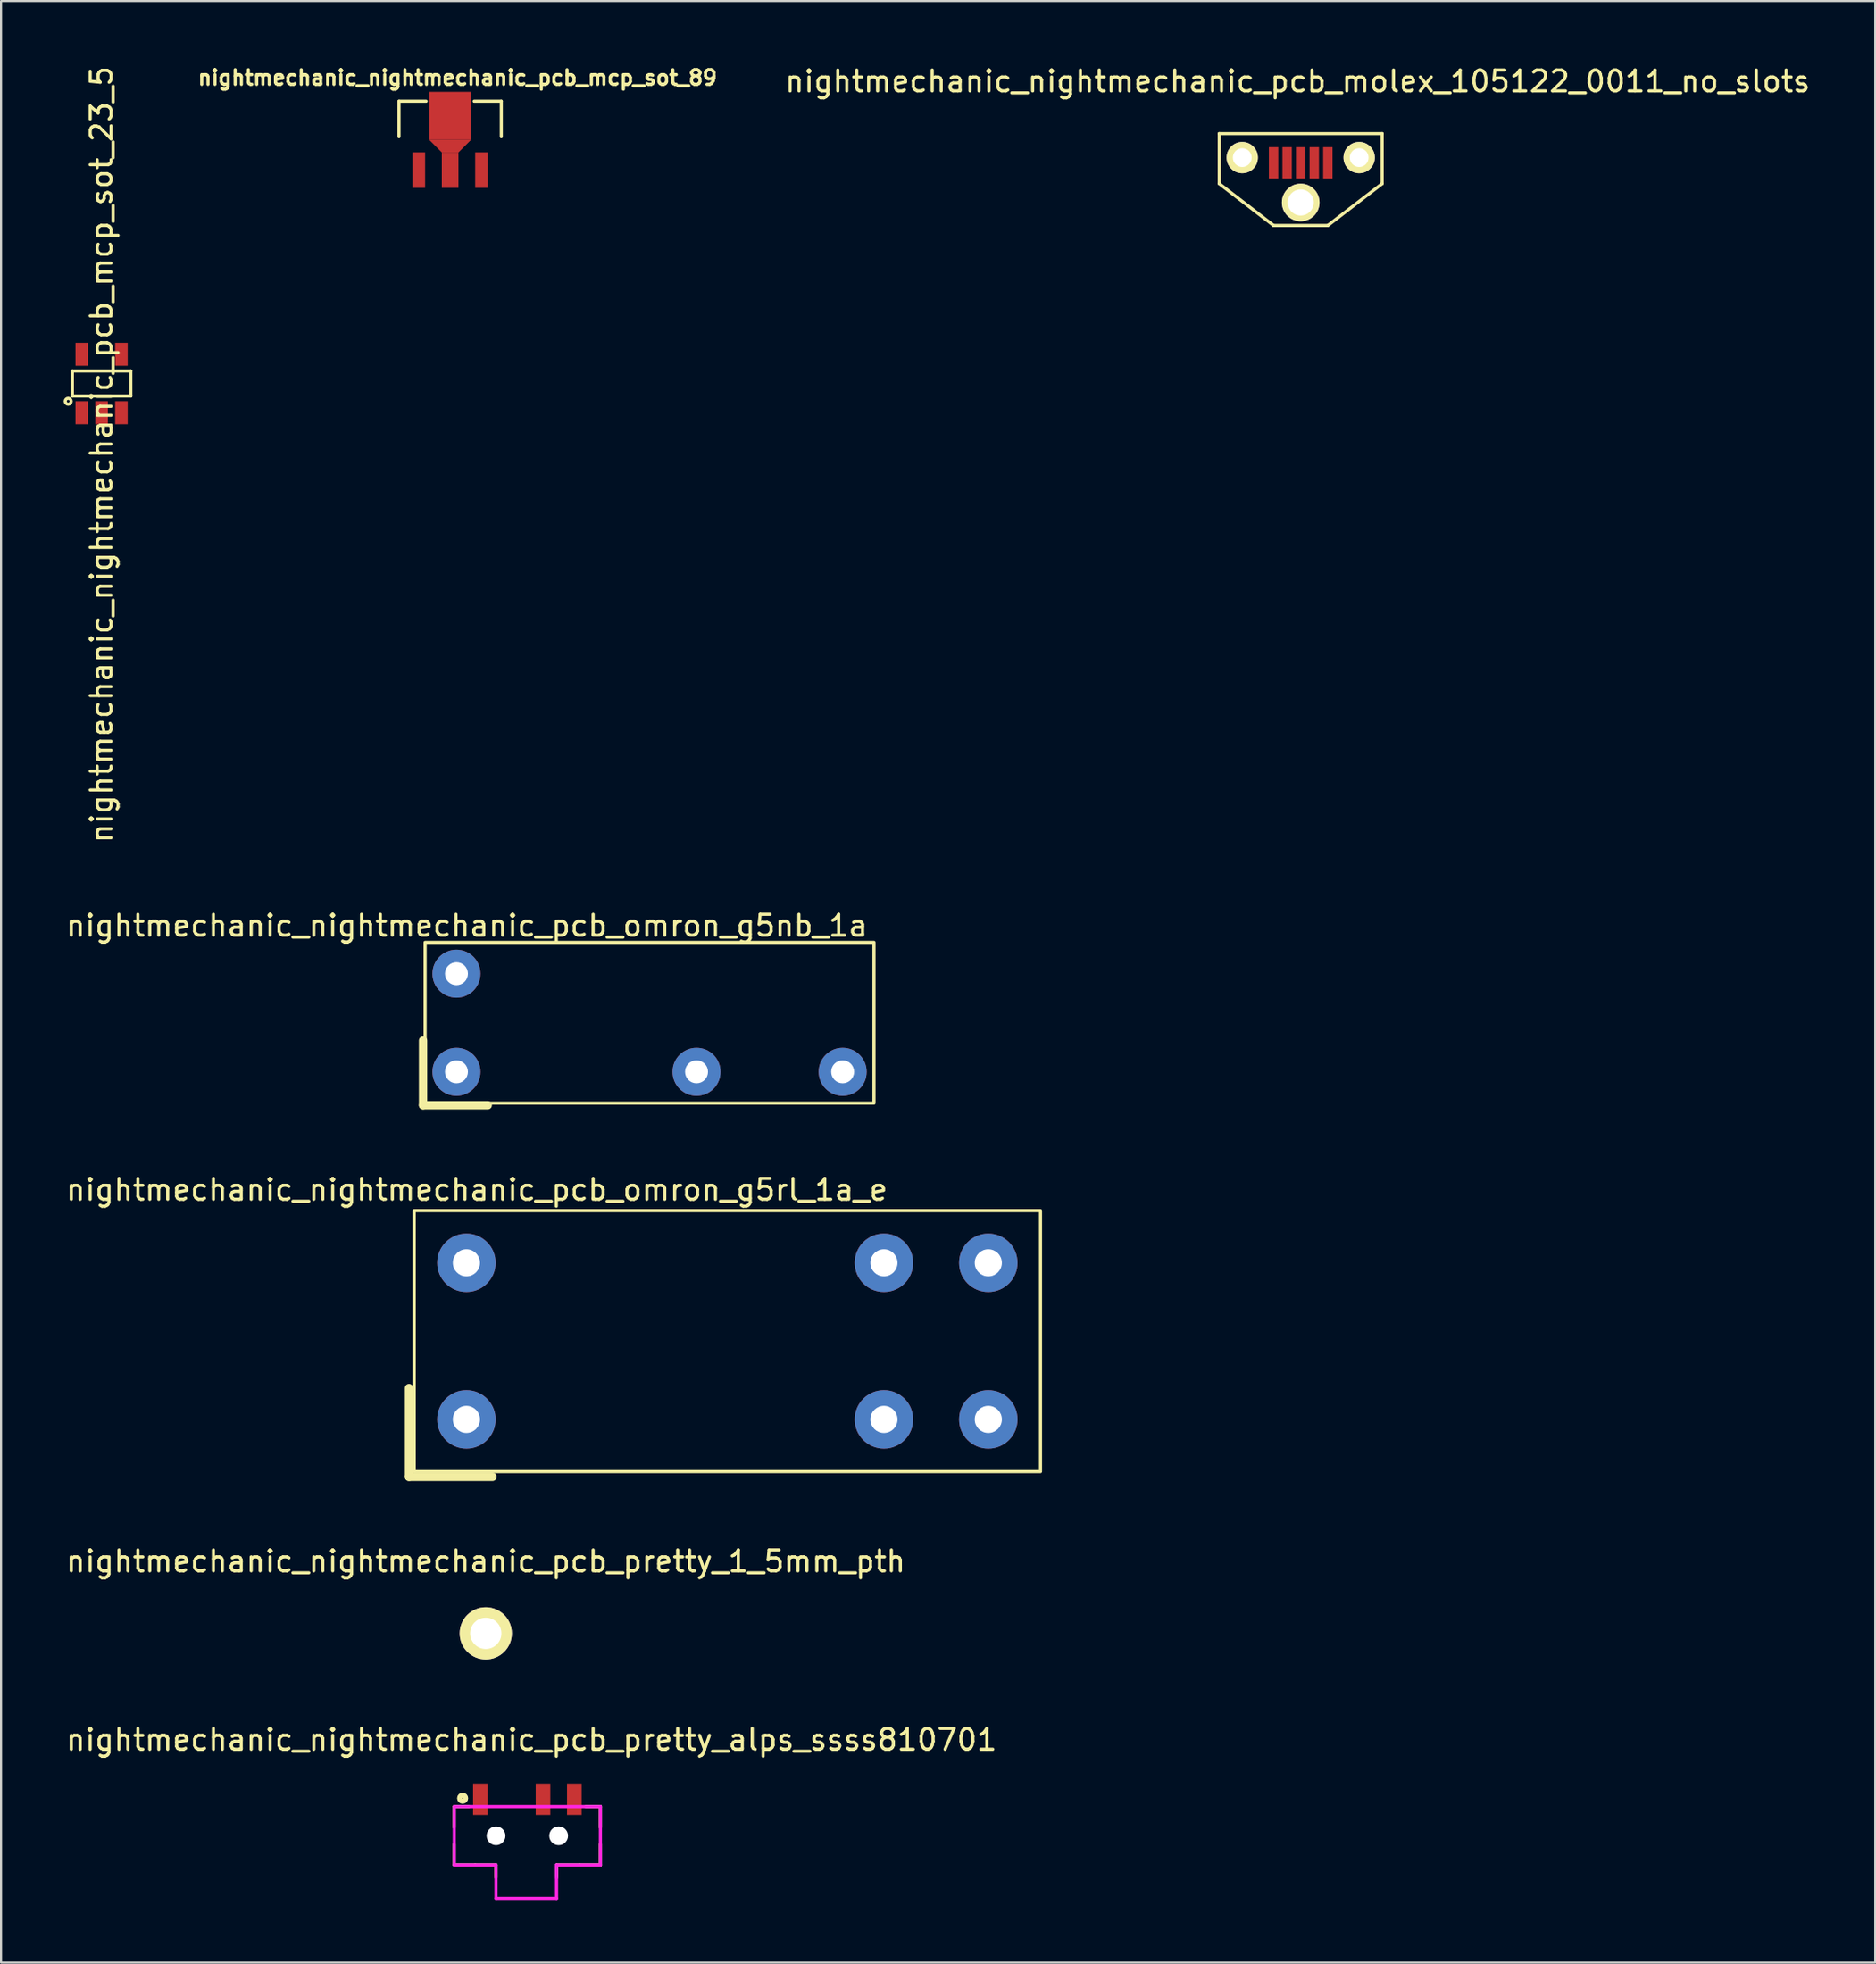
<source format=kicad_pcb>
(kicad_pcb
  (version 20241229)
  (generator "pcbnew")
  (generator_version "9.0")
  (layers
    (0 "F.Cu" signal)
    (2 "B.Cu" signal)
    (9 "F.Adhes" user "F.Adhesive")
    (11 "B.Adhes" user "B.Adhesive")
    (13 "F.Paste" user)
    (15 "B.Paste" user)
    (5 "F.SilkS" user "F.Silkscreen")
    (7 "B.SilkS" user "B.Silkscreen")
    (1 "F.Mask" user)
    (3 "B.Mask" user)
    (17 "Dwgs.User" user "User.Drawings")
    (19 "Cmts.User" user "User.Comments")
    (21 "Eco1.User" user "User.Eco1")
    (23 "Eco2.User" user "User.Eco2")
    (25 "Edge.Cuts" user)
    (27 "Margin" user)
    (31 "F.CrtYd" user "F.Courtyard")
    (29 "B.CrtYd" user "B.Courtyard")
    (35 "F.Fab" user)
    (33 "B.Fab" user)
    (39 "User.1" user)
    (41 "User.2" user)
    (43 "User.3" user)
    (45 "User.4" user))
  (footprint "nightmechanic_nightmechanic_pcb_omron_g5rl_1a_e"
    (layer "F.Cu")
    (at 39.292 64.937)
    (property "Reference" "nightmechanic_nightmechanic_pcb_omron_g5rl_1a_e" (at -19.5 -11 0) (unlocked yes) (layer "F.SilkS") (effects (font (size 1 1) (thickness 0.15))))
    (attr through_hole)
    (fp_line (start -22.75 -1.5) (end -22.75 2.75) (stroke (width 0.4) (type solid)) (layer "F.SilkS"))
    (fp_line (start -22.75 2.75) (end -18.75 2.75) (stroke (width 0.4) (type solid)) (layer "F.SilkS"))
    (fp_rect (start -22.5 2.5) (end 7.5 -10) (stroke (width 0.15) (type solid)) (fill no) (layer "F.SilkS"))
    (pad "1" thru_hole circle (at -20 0) (size 2.8 2.8) (drill 1.3) (layers "*.Cu" "*.Mask"))
    (pad "3" thru_hole circle (at 0 0) (size 2.8 2.8) (drill 1.3) (layers "*.Cu" "*.Mask"))
    (pad "4" thru_hole circle (at 5 0) (size 2.8 2.8) (drill 1.3) (layers "*.Cu" "*.Mask"))
    (pad "5" thru_hole circle (at 5 -7.5) (size 2.8 2.8) (drill 1.3) (layers "*.Cu" "*.Mask"))
    (pad "6" thru_hole circle (at 0 -7.5) (size 2.8 2.8) (drill 1.3) (layers "*.Cu" "*.Mask"))
    (pad "8" thru_hole circle (at -20 -7.5) (size 2.8 2.8) (drill 1.3) (layers "*.Cu" "*.Mask")))
  (footprint "nightmechanic_nightmechanic_pcb_mcp_sot_89"
    (layer "F.Cu")
    (at 18.513 3.098)
    (property "Reference" "nightmechanic_nightmechanic_pcb_mcp_sot_89" (at 0.35 -2.425 0) (layer "F.SilkS") (effects (font (size 0.7 0.7) (thickness 0.15))))
    (attr through_hole)
    (fp_line (start -2.45 -1.3) (end -2.45 0.4) (stroke (width 0.15) (type solid)) (layer "F.SilkS"))
    (fp_line (start -1.15 -1.3) (end -2.45 -1.3) (stroke (width 0.15) (type solid)) (layer "F.SilkS"))
    (fp_line (start 1.15 -1.3) (end 2.45 -1.3) (stroke (width 0.15) (type solid)) (layer "F.SilkS"))
    (fp_line (start 2.45 -1.3) (end 2.45 0.4) (stroke (width 0.15) (type solid)) (layer "F.SilkS"))
    (pad "1" smd rect (at -1.5 2) (size 0.6 1.7) (layers "F.Cu" "F.Mask" "F.Paste"))
    (pad "2" smd rect (at 0 -0.6) (size 2 2.3) (layers "F.Cu" "F.Mask" "F.Paste"))
    (pad "2" smd trapezoid (at 0 0.85 180) (size 1.4 0.6) (rect_delta 0 0.6) (layers "F.Cu" "F.Mask" "F.Paste"))
    (pad "2" smd rect (at 0 2) (size 0.8 1.7) (layers "F.Cu" "F.Mask" "F.Paste"))
    (pad "3" smd rect (at 1.5 2) (size 0.6 1.7) (layers "F.Cu" "F.Mask" "F.Paste")))
  (footprint "nightmechanic_nightmechanic_pcb_pretty_1_5mm_pth"
    (layer "F.Cu")
    (at 20.22 75.185)
    (property "Reference" "nightmechanic_nightmechanic_pcb_pretty_1_5mm_pth" (at 0 -3.45 0) (layer "F.SilkS") (effects (font (size 1 1) (thickness 0.15))))
    (attr through_hole)
    (pad "1" thru_hole circle (at 0 0) (size 2.5 2.5) (drill 1.5) (layers "*.Cu" "*.Mask" "F.SilkS")))
  (footprint "nightmechanic_nightmechanic_pcb_mcp_sot_23_5"
    (layer "F.Cu")
    (at 1.816 15.32)
    (property "Reference" "nightmechanic_nightmechanic_pcb_mcp_sot_23_5" (at 0 3.4 90) (layer "F.SilkS") (effects (font (size 1 1) (thickness 0.15))))
    (attr through_hole)
    (fp_line (start -1.4 -0.6) (end -1.4 0.6) (stroke (width 0.15) (type solid)) (layer "F.SilkS"))
    (fp_line (start -1.4 0.6) (end 1.4 0.6) (stroke (width 0.15) (type solid)) (layer "F.SilkS"))
    (fp_line (start 1.4 -0.6) (end -1.4 -0.6) (stroke (width 0.15) (type solid)) (layer "F.SilkS"))
    (fp_line (start 1.4 0.6) (end 1.4 -0.6) (stroke (width 0.15) (type solid)) (layer "F.SilkS"))
    (fp_circle (center -1.6 0.85) (end -1.5 0.75) (stroke (width 0.15) (type solid)) (fill no) (layer "F.SilkS"))
    (pad "1" smd rect (at -0.95 1.4) (size 0.6 1.1) (layers "F.Cu" "F.Mask" "F.Paste"))
    (pad "2" smd rect (at 0 1.4) (size 0.6 1.1) (layers "F.Cu" "F.Mask" "F.Paste"))
    (pad "3" smd rect (at 0.95 1.4) (size 0.6 1.1) (layers "F.Cu" "F.Mask" "F.Paste"))
    (pad "4" smd rect (at 0.95 -1.4) (size 0.6 1.1) (layers "F.Cu" "F.Mask" "F.Paste"))
    (pad "5" smd rect (at -0.95 -1.4) (size 0.6 1.1) (layers "F.Cu" "F.Mask" "F.Paste")))
  (footprint "nightmechanic_nightmechanic_pcb_pretty_alps_ssss810701"
    (layer "F.Cu")
    (at 22.211 84.883)
    (property "Reference" "nightmechanic_nightmechanic_pcb_pretty_alps_ssss810701" (at 0.2 -4.6 0) (layer "F.SilkS") (effects (font (size 1 1) (thickness 0.15))))
    (attr through_hole)
    (fp_line (start -3.5 -1.4) (end -2.8 -1.4) (stroke (width 0.15) (type solid)) (layer "F.SilkS"))
    (fp_line (start -3.5 -0.4) (end -3.5 -1.4) (stroke (width 0.15) (type solid)) (layer "F.SilkS"))
    (fp_line (start -3.5 1.4) (end -3.5 0.4) (stroke (width 0.15) (type solid)) (layer "F.SilkS"))
    (fp_line (start -3.5 1.4) (end -2.5 1.4) (stroke (width 0.15) (type solid)) (layer "F.SilkS"))
    (fp_line (start -1.5 1.4) (end -2.5 1.4) (stroke (width 0.15) (type solid)) (layer "F.SilkS"))
    (fp_line (start -1.5 2) (end -1.5 1.4) (stroke (width 0.15) (type solid)) (layer "F.SilkS"))
    (fp_line (start 1.4 1.4) (end 1.4 2) (stroke (width 0.15) (type solid)) (layer "F.SilkS"))
    (fp_line (start 1.4 1.4) (end 2.5 1.4) (stroke (width 0.15) (type solid)) (layer "F.SilkS"))
    (fp_line (start 2.8 -1.4) (end 3.5 -1.4) (stroke (width 0.15) (type solid)) (layer "F.SilkS"))
    (fp_line (start 3.5 -1.4) (end 3.5 -0.4) (stroke (width 0.15) (type solid)) (layer "F.SilkS"))
    (fp_line (start 3.5 0.4) (end 3.5 1.4) (stroke (width 0.15) (type solid)) (layer "F.SilkS"))
    (fp_line (start 3.5 1.4) (end 2.5 1.4) (stroke (width 0.15) (type solid)) (layer "F.SilkS"))
    (fp_circle (center -3.1 -1.8) (end -3 -1.7) (stroke (width 0.25) (type solid)) (fill no) (layer "F.SilkS"))
    (fp_line (start -3.5 -1.4) (end 3.5 -1.4) (stroke (width 0.15) (type solid)) (layer "F.CrtYd"))
    (fp_line (start -3.5 1.4) (end -3.5 -1.4) (stroke (width 0.15) (type solid)) (layer "F.CrtYd"))
    (fp_line (start -1.5 1.4) (end -3.5 1.4) (stroke (width 0.15) (type solid)) (layer "F.CrtYd"))
    (fp_line (start -1.5 3) (end -1.5 1.4) (stroke (width 0.15) (type solid)) (layer "F.CrtYd"))
    (fp_line (start 1.4 1.4) (end 1.4 2) (stroke (width 0.15) (type solid)) (layer "F.CrtYd"))
    (fp_line (start 1.4 2) (end 1.4 3) (stroke (width 0.15) (type solid)) (layer "F.CrtYd"))
    (fp_line (start 1.4 3) (end -1.5 3) (stroke (width 0.15) (type solid)) (layer "F.CrtYd"))
    (fp_line (start 3.5 -1.4) (end 3.5 1.4) (stroke (width 0.15) (type solid)) (layer "F.CrtYd"))
    (fp_line (start 3.5 1.4) (end 1.4 1.4) (stroke (width 0.15) (type solid)) (layer "F.CrtYd"))
    (pad "" np_thru_hole circle (at -1.5 0) (size 0.9 0.9) (drill 0.9) (layers "*.Cu" "*.Mask"))
    (pad "" np_thru_hole circle (at 1.5 0) (size 0.9 0.9) (drill 0.9) (layers "*.Cu" "*.Mask"))
    (pad "1" smd rect (at -2.25 -1.75) (size 0.7 1.5) (layers "F.Cu" "F.Mask" "F.Paste"))
    (pad "2" smd rect (at 0.75 -1.75) (size 0.7 1.5) (layers "F.Cu" "F.Mask" "F.Paste"))
    (pad "3" smd rect (at 2.25 -1.75) (size 0.7 1.5) (layers "F.Cu" "F.Mask" "F.Paste")))
  (footprint "nightmechanic_nightmechanic_pcb_molex_105122_0011_no_slots"
    (layer "F.Cu")
    (at 59.257 4.748)
    (property "Reference" "nightmechanic_nightmechanic_pcb_molex_105122_0011_no_slots" (at -0.15 -3.9 0) (layer "F.SilkS") (effects (font (size 1 1) (thickness 0.15))))
    (attr through_hole)
    (fp_line (start -3.9 -1.4) (end 3.9 -1.4) (stroke (width 0.15) (type solid)) (layer "F.SilkS"))
    (fp_line (start -3.9 1) (end -3.9 -1.4) (stroke (width 0.15) (type solid)) (layer "F.SilkS"))
    (fp_line (start -1.3 3) (end -3.9 1) (stroke (width 0.15) (type solid)) (layer "F.SilkS"))
    (fp_line (start 1.3 3) (end -1.3 3) (stroke (width 0.15) (type solid)) (layer "F.SilkS"))
    (fp_line (start 3.9 -1.4) (end 3.9 1) (stroke (width 0.15) (type solid)) (layer "F.SilkS"))
    (fp_line (start 3.9 1) (end 1.3 3) (stroke (width 0.15) (type solid)) (layer "F.SilkS"))
    (pad "1" smd rect (at -1.3 0) (size 0.45 1.5) (layers "F.Cu" "F.Mask" "F.Paste"))
    (pad "2" smd rect (at -0.65 0) (size 0.45 1.5) (layers "F.Cu" "F.Mask" "F.Paste"))
    (pad "3" smd rect (at 0 0) (size 0.45 1.5) (layers "F.Cu" "F.Mask" "F.Paste"))
    (pad "4" smd rect (at 0.65 0) (size 0.45 1.5) (layers "F.Cu" "F.Mask" "F.Paste"))
    (pad "5" smd rect (at 1.3 0) (size 0.45 1.5) (layers "F.Cu" "F.Mask" "F.Paste"))
    (pad "S_1" thru_hole circle (at -2.8 -0.25) (size 1.5 1.5) (drill 0.9) (layers "*.Cu" "*.Mask" "F.SilkS"))
    (pad "S_2" thru_hole circle (at 2.8 -0.25) (size 1.5 1.5) (drill 0.9) (layers "*.Cu" "*.Mask" "F.SilkS"))
    (pad "S_3" thru_hole circle (at 0 1.9) (size 1.8 1.8) (drill 1.25) (layers "*.Cu" "*.Mask" "F.SilkS")))
  (footprint "nightmechanic_nightmechanic_pcb_omron_g5nb_1a"
    (layer "F.Cu")
    (at 30.315 48.289)
    (property "Reference" "nightmechanic_nightmechanic_pcb_omron_g5nb_1a" (at -11 -7 0) (unlocked yes) (layer "F.SilkS") (effects (font (size 1 1) (thickness 0.15))))
    (attr through_hole)
    (fp_line (start -13.1 -1.5) (end -13.1 1.6) (stroke (width 0.4) (type solid)) (layer "F.SilkS"))
    (fp_line (start -13.1 1.6) (end -10 1.6) (stroke (width 0.4) (type solid)) (layer "F.SilkS"))
    (fp_rect (start -13 -6.2) (end 8.5 1.5) (stroke (width 0.15) (type solid)) (fill no) (layer "F.SilkS"))
    (pad "1" thru_hole circle (at -11.5 0) (size 2.3 2.3) (drill 1.1) (layers "*.Cu" "*.Mask"))
    (pad "2" thru_hole circle (at 0 0) (size 2.3 2.3) (drill 1.1) (layers "*.Cu" "*.Mask"))
    (pad "3" thru_hole circle (at 7 0) (size 2.3 2.3) (drill 1.1) (layers "*.Cu" "*.Mask"))
    (pad "4" thru_hole circle (at -11.5 -4.7) (size 2.3 2.3) (drill 1.1) (layers "*.Cu" "*.Mask")))
  (gr_rect
    (start -3 -3)
    (end 86.78 90.958)
    (stroke (width 0.1) (type default))
    (fill no)
    (layer "Edge.Cuts")))
</source>
